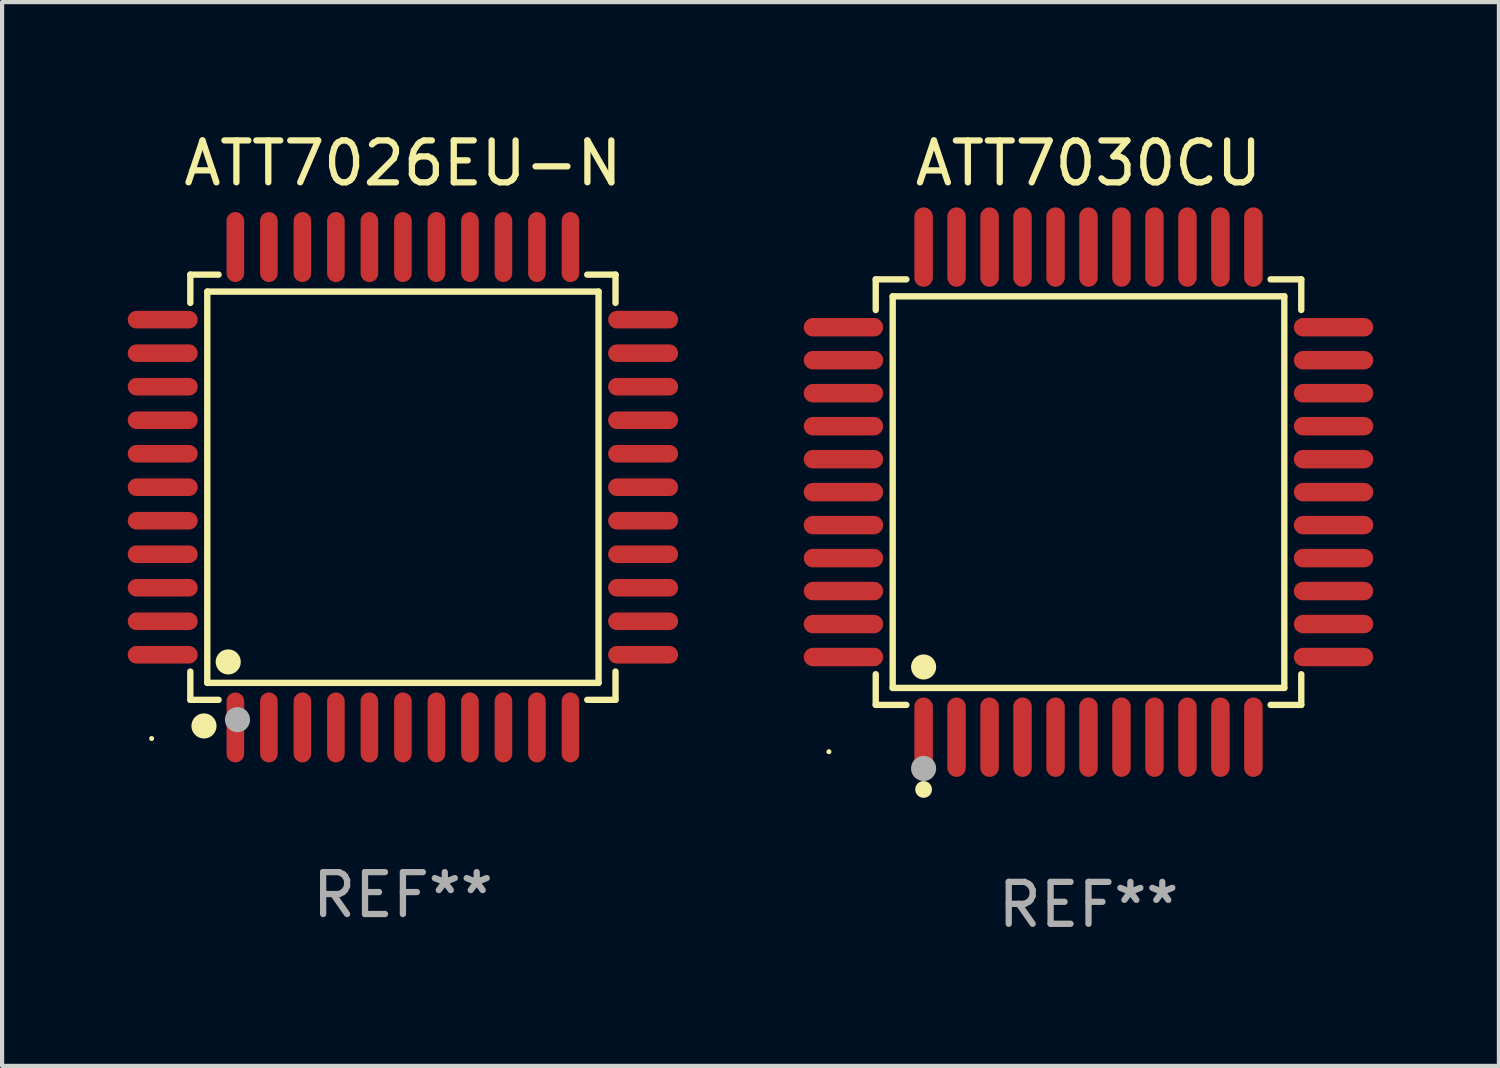
<source format=kicad_pcb>
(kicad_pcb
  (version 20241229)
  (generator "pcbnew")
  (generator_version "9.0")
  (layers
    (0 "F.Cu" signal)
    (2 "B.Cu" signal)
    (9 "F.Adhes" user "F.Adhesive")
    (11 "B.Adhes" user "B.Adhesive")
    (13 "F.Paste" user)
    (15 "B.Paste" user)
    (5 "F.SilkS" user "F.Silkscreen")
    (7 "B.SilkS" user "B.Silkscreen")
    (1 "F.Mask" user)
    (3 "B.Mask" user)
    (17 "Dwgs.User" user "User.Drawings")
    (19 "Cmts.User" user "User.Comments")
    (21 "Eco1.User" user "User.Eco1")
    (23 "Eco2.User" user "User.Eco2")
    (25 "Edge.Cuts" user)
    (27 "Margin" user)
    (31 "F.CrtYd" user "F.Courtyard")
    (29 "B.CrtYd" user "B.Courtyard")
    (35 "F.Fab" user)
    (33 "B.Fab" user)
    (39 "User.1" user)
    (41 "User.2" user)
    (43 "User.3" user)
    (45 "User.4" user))
  (footprint "ATT7030CU"
    (layer "F.Cu")
    (at 22.939 8.7)
    (property "Reference" "ATT7030CU" (at 0 -7.851 0) (layer "F.SilkS") (effects (font (size 1 1) (thickness 0.15))))
    (attr through_hole)
    (fp_line (start -5.08 -5.08) (end -4.348 -5.08) (stroke (width 0.152) (type solid)) (layer "F.SilkS"))
    (fp_line (start -5.08 -4.348) (end -5.08 -5.08) (stroke (width 0.152) (type solid)) (layer "F.SilkS"))
    (fp_line (start -5.08 4.348) (end -5.08 5.08) (stroke (width 0.152) (type solid)) (layer "F.SilkS"))
    (fp_line (start -5.08 5.08) (end -4.348 5.08) (stroke (width 0.152) (type solid)) (layer "F.SilkS"))
    (fp_line (start -4.675 -4.675) (end 4.675 -4.675) (stroke (width 0.152) (type solid)) (layer "F.SilkS"))
    (fp_line (start -4.675 4.675) (end -4.675 -4.675) (stroke (width 0.152) (type solid)) (layer "F.SilkS"))
    (fp_line (start 4.675 -4.675) (end 4.675 4.675) (stroke (width 0.152) (type solid)) (layer "F.SilkS"))
    (fp_line (start 4.675 4.675) (end -4.675 4.675) (stroke (width 0.152) (type solid)) (layer "F.SilkS"))
    (fp_line (start 5.08 -5.08) (end 4.348 -5.08) (stroke (width 0.152) (type solid)) (layer "F.SilkS"))
    (fp_line (start 5.08 -4.348) (end 5.08 -5.08) (stroke (width 0.152) (type solid)) (layer "F.SilkS"))
    (fp_line (start 5.08 4.348) (end 5.08 5.08) (stroke (width 0.152) (type solid)) (layer "F.SilkS"))
    (fp_line (start 5.08 5.08) (end 4.348 5.08) (stroke (width 0.152) (type solid)) (layer "F.SilkS"))
    (fp_circle (center -6.198 6.198) (end -6.168 6.198) (stroke (width 0.06) (type solid)) (fill no) (layer "F.SilkS"))
    (fp_circle (center -3.937 4.175) (end -3.787 4.175) (stroke (width 0.3) (type solid)) (fill no) (layer "F.SilkS"))
    (fp_circle (center -3.937 7.099) (end -3.837 7.099) (stroke (width 0.2) (type solid)) (fill no) (layer "F.SilkS"))
    (fp_circle (center -3.937 6.598) (end -3.787 6.598) (stroke (width 0.3) (type solid)) (fill no) (layer "F.Fab"))
    (fp_text user "REF**" (at 0 9.851 0) (layer "F.Fab") (effects (font (size 1 1) (thickness 0.15))))
    (pad "1" smd oval (at -3.937 5.851) (size 0.441 1.895) (layers "F.Cu" "F.Mask" "F.Paste"))
    (pad "2" smd oval (at -3.15 5.851) (size 0.441 1.895) (layers "F.Cu" "F.Mask" "F.Paste"))
    (pad "3" smd oval (at -2.362 5.851) (size 0.441 1.895) (layers "F.Cu" "F.Mask" "F.Paste"))
    (pad "4" smd oval (at -1.575 5.851) (size 0.441 1.895) (layers "F.Cu" "F.Mask" "F.Paste"))
    (pad "5" smd oval (at -0.787 5.851) (size 0.441 1.895) (layers "F.Cu" "F.Mask" "F.Paste"))
    (pad "6" smd oval (at 0 5.851) (size 0.441 1.895) (layers "F.Cu" "F.Mask" "F.Paste"))
    (pad "7" smd oval (at 0.787 5.851) (size 0.441 1.895) (layers "F.Cu" "F.Mask" "F.Paste"))
    (pad "8" smd oval (at 1.575 5.851) (size 0.441 1.895) (layers "F.Cu" "F.Mask" "F.Paste"))
    (pad "9" smd oval (at 2.362 5.851) (size 0.441 1.895) (layers "F.Cu" "F.Mask" "F.Paste"))
    (pad "10" smd oval (at 3.15 5.851) (size 0.441 1.895) (layers "F.Cu" "F.Mask" "F.Paste"))
    (pad "11" smd oval (at 3.937 5.851) (size 0.441 1.895) (layers "F.Cu" "F.Mask" "F.Paste"))
    (pad "12" smd oval (at 5.851 3.937) (size 1.895 0.441) (layers "F.Cu" "F.Mask" "F.Paste"))
    (pad "13" smd oval (at 5.851 3.15) (size 1.895 0.441) (layers "F.Cu" "F.Mask" "F.Paste"))
    (pad "14" smd oval (at 5.851 2.362) (size 1.895 0.441) (layers "F.Cu" "F.Mask" "F.Paste"))
    (pad "15" smd oval (at 5.851 1.575) (size 1.895 0.441) (layers "F.Cu" "F.Mask" "F.Paste"))
    (pad "16" smd oval (at 5.851 0.787) (size 1.895 0.441) (layers "F.Cu" "F.Mask" "F.Paste"))
    (pad "17" smd oval (at 5.851 0) (size 1.895 0.441) (layers "F.Cu" "F.Mask" "F.Paste"))
    (pad "18" smd oval (at 5.851 -0.787) (size 1.895 0.441) (layers "F.Cu" "F.Mask" "F.Paste"))
    (pad "19" smd oval (at 5.851 -1.575) (size 1.895 0.441) (layers "F.Cu" "F.Mask" "F.Paste"))
    (pad "20" smd oval (at 5.851 -2.362) (size 1.895 0.441) (layers "F.Cu" "F.Mask" "F.Paste"))
    (pad "21" smd oval (at 5.851 -3.15) (size 1.895 0.441) (layers "F.Cu" "F.Mask" "F.Paste"))
    (pad "22" smd oval (at 5.851 -3.937) (size 1.895 0.441) (layers "F.Cu" "F.Mask" "F.Paste"))
    (pad "23" smd oval (at 3.937 -5.851) (size 0.441 1.895) (layers "F.Cu" "F.Mask" "F.Paste"))
    (pad "24" smd oval (at 3.15 -5.851) (size 0.441 1.895) (layers "F.Cu" "F.Mask" "F.Paste"))
    (pad "25" smd oval (at 2.362 -5.851) (size 0.441 1.895) (layers "F.Cu" "F.Mask" "F.Paste"))
    (pad "26" smd oval (at 1.575 -5.851) (size 0.441 1.895) (layers "F.Cu" "F.Mask" "F.Paste"))
    (pad "27" smd oval (at 0.787 -5.851) (size 0.441 1.895) (layers "F.Cu" "F.Mask" "F.Paste"))
    (pad "28" smd oval (at 0 -5.851) (size 0.441 1.895) (layers "F.Cu" "F.Mask" "F.Paste"))
    (pad "29" smd oval (at -0.787 -5.851) (size 0.441 1.895) (layers "F.Cu" "F.Mask" "F.Paste"))
    (pad "30" smd oval (at -1.575 -5.851) (size 0.441 1.895) (layers "F.Cu" "F.Mask" "F.Paste"))
    (pad "31" smd oval (at -2.362 -5.851) (size 0.441 1.895) (layers "F.Cu" "F.Mask" "F.Paste"))
    (pad "32" smd oval (at -3.15 -5.851) (size 0.441 1.895) (layers "F.Cu" "F.Mask" "F.Paste"))
    (pad "33" smd oval (at -3.937 -5.851) (size 0.441 1.895) (layers "F.Cu" "F.Mask" "F.Paste"))
    (pad "34" smd oval (at -5.851 -3.937) (size 1.895 0.441) (layers "F.Cu" "F.Mask" "F.Paste"))
    (pad "35" smd oval (at -5.851 -3.15) (size 1.895 0.441) (layers "F.Cu" "F.Mask" "F.Paste"))
    (pad "36" smd oval (at -5.851 -2.362) (size 1.895 0.441) (layers "F.Cu" "F.Mask" "F.Paste"))
    (pad "37" smd oval (at -5.851 -1.575) (size 1.895 0.441) (layers "F.Cu" "F.Mask" "F.Paste"))
    (pad "38" smd oval (at -5.851 -0.787) (size 1.895 0.441) (layers "F.Cu" "F.Mask" "F.Paste"))
    (pad "39" smd oval (at -5.851 0) (size 1.895 0.441) (layers "F.Cu" "F.Mask" "F.Paste"))
    (pad "40" smd oval (at -5.851 0.787) (size 1.895 0.441) (layers "F.Cu" "F.Mask" "F.Paste"))
    (pad "41" smd oval (at -5.851 1.575) (size 1.895 0.441) (layers "F.Cu" "F.Mask" "F.Paste"))
    (pad "42" smd oval (at -5.851 2.362) (size 1.895 0.441) (layers "F.Cu" "F.Mask" "F.Paste"))
    (pad "43" smd oval (at -5.851 3.15) (size 1.895 0.441) (layers "F.Cu" "F.Mask" "F.Paste"))
    (pad "44" smd oval (at -5.851 3.937) (size 1.895 0.441) (layers "F.Cu" "F.Mask" "F.Paste")))
  (footprint "ATT7026EU-N"
    (layer "F.Cu")
    (at 6.57 8.583)
    (property "Reference" "ATT7026EU-N" (at 0 -7.735 0) (layer "F.SilkS") (effects (font (size 1 1) (thickness 0.15))))
    (attr through_hole)
    (fp_line (start -5.076 -5.076) (end -4.401 -5.076) (stroke (width 0.152) (type solid)) (layer "F.SilkS"))
    (fp_line (start -5.076 -4.401) (end -5.076 -5.076) (stroke (width 0.152) (type solid)) (layer "F.SilkS"))
    (fp_line (start -5.076 4.401) (end -5.076 5.076) (stroke (width 0.152) (type solid)) (layer "F.SilkS"))
    (fp_line (start -5.076 5.076) (end -4.401 5.076) (stroke (width 0.152) (type solid)) (layer "F.SilkS"))
    (fp_line (start -4.671 -4.671) (end 4.671 -4.671) (stroke (width 0.152) (type solid)) (layer "F.SilkS"))
    (fp_line (start -4.671 4.671) (end -4.671 -4.671) (stroke (width 0.152) (type solid)) (layer "F.SilkS"))
    (fp_line (start 4.671 -4.671) (end 4.671 4.671) (stroke (width 0.152) (type solid)) (layer "F.SilkS"))
    (fp_line (start 4.671 4.671) (end -4.671 4.671) (stroke (width 0.152) (type solid)) (layer "F.SilkS"))
    (fp_line (start 5.076 -5.076) (end 4.401 -5.076) (stroke (width 0.152) (type solid)) (layer "F.SilkS"))
    (fp_line (start 5.076 -4.401) (end 5.076 -5.076) (stroke (width 0.152) (type solid)) (layer "F.SilkS"))
    (fp_line (start 5.076 4.401) (end 5.076 5.076) (stroke (width 0.152) (type solid)) (layer "F.SilkS"))
    (fp_line (start 5.076 5.076) (end 4.401 5.076) (stroke (width 0.152) (type solid)) (layer "F.SilkS"))
    (fp_circle (center -6 6) (end -5.97 6) (stroke (width 0.06) (type solid)) (fill no) (layer "F.SilkS"))
    (fp_circle (center -4.75 5.7) (end -4.6 5.7) (stroke (width 0.3) (type solid)) (fill no) (layer "F.SilkS"))
    (fp_circle (center -4.171 4.171) (end -4.021 4.171) (stroke (width 0.3) (type solid)) (fill no) (layer "F.SilkS"))
    (fp_circle (center -3.95 5.55) (end -3.8 5.55) (stroke (width 0.3) (type solid)) (fill no) (layer "F.Fab"))
    (fp_text user "REF**" (at 0 9.735 0) (layer "F.Fab") (effects (font (size 1 1) (thickness 0.15))))
    (pad "1" smd oval (at -4 5.735) (size 0.42 1.67) (layers "F.Cu" "F.Mask" "F.Paste"))
    (pad "2" smd oval (at -3.2 5.735) (size 0.42 1.67) (layers "F.Cu" "F.Mask" "F.Paste"))
    (pad "3" smd oval (at -2.4 5.735) (size 0.42 1.67) (layers "F.Cu" "F.Mask" "F.Paste"))
    (pad "4" smd oval (at -1.6 5.735) (size 0.42 1.67) (layers "F.Cu" "F.Mask" "F.Paste"))
    (pad "5" smd oval (at -0.8 5.735) (size 0.42 1.67) (layers "F.Cu" "F.Mask" "F.Paste"))
    (pad "6" smd oval (at 0 5.735) (size 0.42 1.67) (layers "F.Cu" "F.Mask" "F.Paste"))
    (pad "7" smd oval (at 0.8 5.735) (size 0.42 1.67) (layers "F.Cu" "F.Mask" "F.Paste"))
    (pad "8" smd oval (at 1.6 5.735) (size 0.42 1.67) (layers "F.Cu" "F.Mask" "F.Paste"))
    (pad "9" smd oval (at 2.4 5.735) (size 0.42 1.67) (layers "F.Cu" "F.Mask" "F.Paste"))
    (pad "10" smd oval (at 3.2 5.735) (size 0.42 1.67) (layers "F.Cu" "F.Mask" "F.Paste"))
    (pad "11" smd oval (at 4 5.735) (size 0.42 1.67) (layers "F.Cu" "F.Mask" "F.Paste"))
    (pad "12" smd oval (at 5.735 4) (size 1.67 0.42) (layers "F.Cu" "F.Mask" "F.Paste"))
    (pad "13" smd oval (at 5.735 3.2) (size 1.67 0.42) (layers "F.Cu" "F.Mask" "F.Paste"))
    (pad "14" smd oval (at 5.735 2.4) (size 1.67 0.42) (layers "F.Cu" "F.Mask" "F.Paste"))
    (pad "15" smd oval (at 5.735 1.6) (size 1.67 0.42) (layers "F.Cu" "F.Mask" "F.Paste"))
    (pad "16" smd oval (at 5.735 0.8) (size 1.67 0.42) (layers "F.Cu" "F.Mask" "F.Paste"))
    (pad "17" smd oval (at 5.735 0) (size 1.67 0.42) (layers "F.Cu" "F.Mask" "F.Paste"))
    (pad "18" smd oval (at 5.735 -0.8) (size 1.67 0.42) (layers "F.Cu" "F.Mask" "F.Paste"))
    (pad "19" smd oval (at 5.735 -1.6) (size 1.67 0.42) (layers "F.Cu" "F.Mask" "F.Paste"))
    (pad "20" smd oval (at 5.735 -2.4) (size 1.67 0.42) (layers "F.Cu" "F.Mask" "F.Paste"))
    (pad "21" smd oval (at 5.735 -3.2) (size 1.67 0.42) (layers "F.Cu" "F.Mask" "F.Paste"))
    (pad "22" smd oval (at 5.735 -4) (size 1.67 0.42) (layers "F.Cu" "F.Mask" "F.Paste"))
    (pad "23" smd oval (at 4 -5.735) (size 0.42 1.67) (layers "F.Cu" "F.Mask" "F.Paste"))
    (pad "24" smd oval (at 3.2 -5.735) (size 0.42 1.67) (layers "F.Cu" "F.Mask" "F.Paste"))
    (pad "25" smd oval (at 2.4 -5.735) (size 0.42 1.67) (layers "F.Cu" "F.Mask" "F.Paste"))
    (pad "26" smd oval (at 1.6 -5.735) (size 0.42 1.67) (layers "F.Cu" "F.Mask" "F.Paste"))
    (pad "27" smd oval (at 0.8 -5.735) (size 0.42 1.67) (layers "F.Cu" "F.Mask" "F.Paste"))
    (pad "28" smd oval (at 0 -5.735) (size 0.42 1.67) (layers "F.Cu" "F.Mask" "F.Paste"))
    (pad "29" smd oval (at -0.8 -5.735) (size 0.42 1.67) (layers "F.Cu" "F.Mask" "F.Paste"))
    (pad "30" smd oval (at -1.6 -5.735) (size 0.42 1.67) (layers "F.Cu" "F.Mask" "F.Paste"))
    (pad "31" smd oval (at -2.4 -5.735) (size 0.42 1.67) (layers "F.Cu" "F.Mask" "F.Paste"))
    (pad "32" smd oval (at -3.2 -5.735) (size 0.42 1.67) (layers "F.Cu" "F.Mask" "F.Paste"))
    (pad "33" smd oval (at -4 -5.735) (size 0.42 1.67) (layers "F.Cu" "F.Mask" "F.Paste"))
    (pad "34" smd oval (at -5.735 -4) (size 1.67 0.42) (layers "F.Cu" "F.Mask" "F.Paste"))
    (pad "35" smd oval (at -5.735 -3.2) (size 1.67 0.42) (layers "F.Cu" "F.Mask" "F.Paste"))
    (pad "36" smd oval (at -5.735 -2.4) (size 1.67 0.42) (layers "F.Cu" "F.Mask" "F.Paste"))
    (pad "37" smd oval (at -5.735 -1.6) (size 1.67 0.42) (layers "F.Cu" "F.Mask" "F.Paste"))
    (pad "38" smd oval (at -5.735 -0.8) (size 1.67 0.42) (layers "F.Cu" "F.Mask" "F.Paste"))
    (pad "39" smd oval (at -5.735 0) (size 1.67 0.42) (layers "F.Cu" "F.Mask" "F.Paste"))
    (pad "40" smd oval (at -5.735 0.8) (size 1.67 0.42) (layers "F.Cu" "F.Mask" "F.Paste"))
    (pad "41" smd oval (at -5.735 1.6) (size 1.67 0.42) (layers "F.Cu" "F.Mask" "F.Paste"))
    (pad "42" smd oval (at -5.735 2.4) (size 1.67 0.42) (layers "F.Cu" "F.Mask" "F.Paste"))
    (pad "43" smd oval (at -5.735 3.2) (size 1.67 0.42) (layers "F.Cu" "F.Mask" "F.Paste"))
    (pad "44" smd oval (at -5.735 4) (size 1.67 0.42) (layers "F.Cu" "F.Mask" "F.Paste")))
  (gr_rect
    (start -3 -3)
    (end 32.738 22.399)
    (stroke (width 0.1) (type default))
    (fill no)
    (layer "Edge.Cuts")))
</source>
